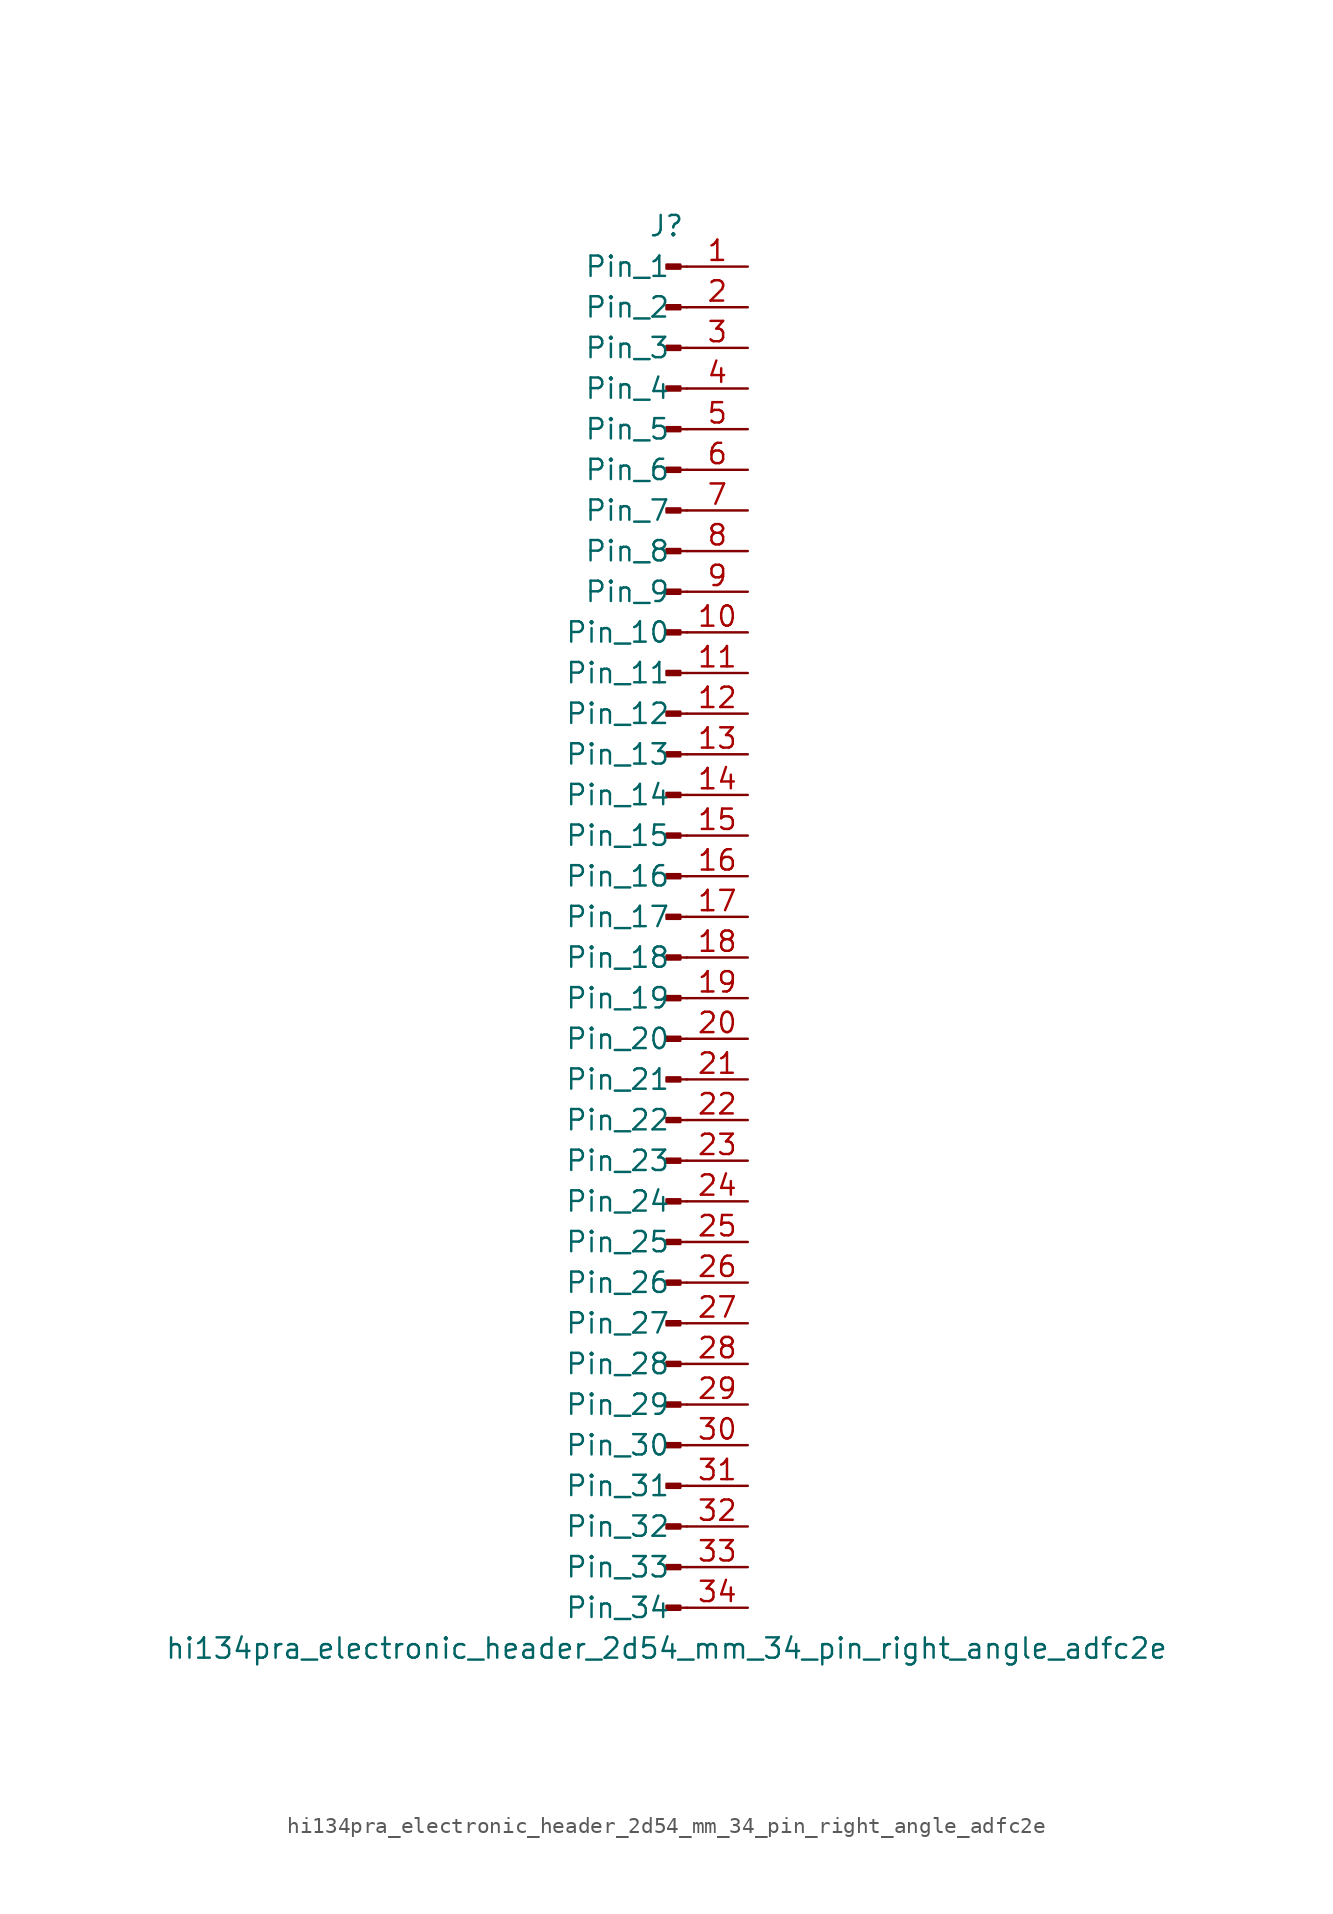
<source format=kicad_sym>
(kicad_symbol_lib
  (version 20220914)
  (generator kicad_symbol_editor)
  (symbol "hi134pra_electronic_header_2d54_mm_34_pin_right_angle_adfc2e"
    (pin_names
      (offset 1.016))
    (property "Reference" "J"
      (at 0 43.18 0)
      (effects (font (size 1.27 1.27))))
    (property "Value" "hi134pra_electronic_header_2d54_mm_34_pin_right_angle_adfc2e"
      (at 0 -45.72 0)
      (effects (font (size 1.27 1.27))))
    (property "ki_locked" ""
      (at 0 0 0)
      (effects (font (size 1.27 1.27))))
    (symbol "hi134pra_electronic_header_2d54_mm_34_pin_right_angle_adfc2e_1_1"
      (polyline (pts (xy 1.27 -43.18) (xy 0.864 -43.18)) (stroke (width 0.152) (type default)) (fill (type none)))
      (polyline (pts (xy 1.27 -40.64) (xy 0.864 -40.64)) (stroke (width 0.152) (type default)) (fill (type none)))
      (polyline (pts (xy 1.27 -38.1) (xy 0.864 -38.1)) (stroke (width 0.152) (type default)) (fill (type none)))
      (polyline (pts (xy 1.27 -35.56) (xy 0.864 -35.56)) (stroke (width 0.152) (type default)) (fill (type none)))
      (polyline (pts (xy 1.27 -33.02) (xy 0.864 -33.02)) (stroke (width 0.152) (type default)) (fill (type none)))
      (polyline (pts (xy 1.27 -30.48) (xy 0.864 -30.48)) (stroke (width 0.152) (type default)) (fill (type none)))
      (polyline (pts (xy 1.27 -27.94) (xy 0.864 -27.94)) (stroke (width 0.152) (type default)) (fill (type none)))
      (polyline (pts (xy 1.27 -25.4) (xy 0.864 -25.4)) (stroke (width 0.152) (type default)) (fill (type none)))
      (polyline (pts (xy 1.27 -22.86) (xy 0.864 -22.86)) (stroke (width 0.152) (type default)) (fill (type none)))
      (polyline (pts (xy 1.27 -20.32) (xy 0.864 -20.32)) (stroke (width 0.152) (type default)) (fill (type none)))
      (polyline (pts (xy 1.27 -17.78) (xy 0.864 -17.78)) (stroke (width 0.152) (type default)) (fill (type none)))
      (polyline (pts (xy 1.27 -15.24) (xy 0.864 -15.24)) (stroke (width 0.152) (type default)) (fill (type none)))
      (polyline (pts (xy 1.27 -12.7) (xy 0.864 -12.7)) (stroke (width 0.152) (type default)) (fill (type none)))
      (polyline (pts (xy 1.27 -10.16) (xy 0.864 -10.16)) (stroke (width 0.152) (type default)) (fill (type none)))
      (polyline (pts (xy 1.27 -7.62) (xy 0.864 -7.62)) (stroke (width 0.152) (type default)) (fill (type none)))
      (polyline (pts (xy 1.27 -5.08) (xy 0.864 -5.08)) (stroke (width 0.152) (type default)) (fill (type none)))
      (polyline (pts (xy 1.27 -2.54) (xy 0.864 -2.54)) (stroke (width 0.152) (type default)) (fill (type none)))
      (polyline (pts (xy 1.27 0) (xy 0.864 0)) (stroke (width 0.152) (type default)) (fill (type none)))
      (polyline (pts (xy 1.27 2.54) (xy 0.864 2.54)) (stroke (width 0.152) (type default)) (fill (type none)))
      (polyline (pts (xy 1.27 5.08) (xy 0.864 5.08)) (stroke (width 0.152) (type default)) (fill (type none)))
      (polyline (pts (xy 1.27 7.62) (xy 0.864 7.62)) (stroke (width 0.152) (type default)) (fill (type none)))
      (polyline (pts (xy 1.27 10.16) (xy 0.864 10.16)) (stroke (width 0.152) (type default)) (fill (type none)))
      (polyline (pts (xy 1.27 12.7) (xy 0.864 12.7)) (stroke (width 0.152) (type default)) (fill (type none)))
      (polyline (pts (xy 1.27 15.24) (xy 0.864 15.24)) (stroke (width 0.152) (type default)) (fill (type none)))
      (polyline (pts (xy 1.27 17.78) (xy 0.864 17.78)) (stroke (width 0.152) (type default)) (fill (type none)))
      (polyline (pts (xy 1.27 20.32) (xy 0.864 20.32)) (stroke (width 0.152) (type default)) (fill (type none)))
      (polyline (pts (xy 1.27 22.86) (xy 0.864 22.86)) (stroke (width 0.152) (type default)) (fill (type none)))
      (polyline (pts (xy 1.27 25.4) (xy 0.864 25.4)) (stroke (width 0.152) (type default)) (fill (type none)))
      (polyline (pts (xy 1.27 27.94) (xy 0.864 27.94)) (stroke (width 0.152) (type default)) (fill (type none)))
      (polyline (pts (xy 1.27 30.48) (xy 0.864 30.48)) (stroke (width 0.152) (type default)) (fill (type none)))
      (polyline (pts (xy 1.27 33.02) (xy 0.864 33.02)) (stroke (width 0.152) (type default)) (fill (type none)))
      (polyline (pts (xy 1.27 35.56) (xy 0.864 35.56)) (stroke (width 0.152) (type default)) (fill (type none)))
      (polyline (pts (xy 1.27 38.1) (xy 0.864 38.1)) (stroke (width 0.152) (type default)) (fill (type none)))
      (polyline (pts (xy 1.27 40.64) (xy 0.864 40.64)) (stroke (width 0.152) (type default)) (fill (type none)))
      (rectangle (start 0.864 -43.053) (end 0 -43.307) (stroke (width 0.152) (type default)) (fill (type outline)))
      (rectangle (start 0.864 -40.513) (end 0 -40.767) (stroke (width 0.152) (type default)) (fill (type outline)))
      (rectangle (start 0.864 -37.973) (end 0 -38.227) (stroke (width 0.152) (type default)) (fill (type outline)))
      (rectangle (start 0.864 -35.433) (end 0 -35.687) (stroke (width 0.152) (type default)) (fill (type outline)))
      (rectangle (start 0.864 -32.893) (end 0 -33.147) (stroke (width 0.152) (type default)) (fill (type outline)))
      (rectangle (start 0.864 -30.353) (end 0 -30.607) (stroke (width 0.152) (type default)) (fill (type outline)))
      (rectangle (start 0.864 -27.813) (end 0 -28.067) (stroke (width 0.152) (type default)) (fill (type outline)))
      (rectangle (start 0.864 -25.273) (end 0 -25.527) (stroke (width 0.152) (type default)) (fill (type outline)))
      (rectangle (start 0.864 -22.733) (end 0 -22.987) (stroke (width 0.152) (type default)) (fill (type outline)))
      (rectangle (start 0.864 -20.193) (end 0 -20.447) (stroke (width 0.152) (type default)) (fill (type outline)))
      (rectangle (start 0.864 -17.653) (end 0 -17.907) (stroke (width 0.152) (type default)) (fill (type outline)))
      (rectangle (start 0.864 -15.113) (end 0 -15.367) (stroke (width 0.152) (type default)) (fill (type outline)))
      (rectangle (start 0.864 -12.573) (end 0 -12.827) (stroke (width 0.152) (type default)) (fill (type outline)))
      (rectangle (start 0.864 -10.033) (end 0 -10.287) (stroke (width 0.152) (type default)) (fill (type outline)))
      (rectangle (start 0.864 -7.493) (end 0 -7.747) (stroke (width 0.152) (type default)) (fill (type outline)))
      (rectangle (start 0.864 -4.953) (end 0 -5.207) (stroke (width 0.152) (type default)) (fill (type outline)))
      (rectangle (start 0.864 -2.413) (end 0 -2.667) (stroke (width 0.152) (type default)) (fill (type outline)))
      (rectangle (start 0.864 0.127) (end 0 -0.127) (stroke (width 0.152) (type default)) (fill (type outline)))
      (rectangle (start 0.864 2.667) (end 0 2.413) (stroke (width 0.152) (type default)) (fill (type outline)))
      (rectangle (start 0.864 5.207) (end 0 4.953) (stroke (width 0.152) (type default)) (fill (type outline)))
      (rectangle (start 0.864 7.747) (end 0 7.493) (stroke (width 0.152) (type default)) (fill (type outline)))
      (rectangle (start 0.864 10.287) (end 0 10.033) (stroke (width 0.152) (type default)) (fill (type outline)))
      (rectangle (start 0.864 12.827) (end 0 12.573) (stroke (width 0.152) (type default)) (fill (type outline)))
      (rectangle (start 0.864 15.367) (end 0 15.113) (stroke (width 0.152) (type default)) (fill (type outline)))
      (rectangle (start 0.864 17.907) (end 0 17.653) (stroke (width 0.152) (type default)) (fill (type outline)))
      (rectangle (start 0.864 20.447) (end 0 20.193) (stroke (width 0.152) (type default)) (fill (type outline)))
      (rectangle (start 0.864 22.987) (end 0 22.733) (stroke (width 0.152) (type default)) (fill (type outline)))
      (rectangle (start 0.864 25.527) (end 0 25.273) (stroke (width 0.152) (type default)) (fill (type outline)))
      (rectangle (start 0.864 28.067) (end 0 27.813) (stroke (width 0.152) (type default)) (fill (type outline)))
      (rectangle (start 0.864 30.607) (end 0 30.353) (stroke (width 0.152) (type default)) (fill (type outline)))
      (rectangle (start 0.864 33.147) (end 0 32.893) (stroke (width 0.152) (type default)) (fill (type outline)))
      (rectangle (start 0.864 35.687) (end 0 35.433) (stroke (width 0.152) (type default)) (fill (type outline)))
      (rectangle (start 0.864 38.227) (end 0 37.973) (stroke (width 0.152) (type default)) (fill (type outline)))
      (rectangle (start 0.864 40.767) (end 0 40.513) (stroke (width 0.152) (type default)) (fill (type outline)))
      (pin passive line (at 5.08 40.64 180) (length 3.81) (name "Pin_1" (effects (font (size 1.27 1.27)))) (number "1" (effects (font (size 1.27 1.27)))))
      (pin passive line (at 5.08 17.78 180) (length 3.81) (name "Pin_10" (effects (font (size 1.27 1.27)))) (number "10" (effects (font (size 1.27 1.27)))))
      (pin passive line (at 5.08 15.24 180) (length 3.81) (name "Pin_11" (effects (font (size 1.27 1.27)))) (number "11" (effects (font (size 1.27 1.27)))))
      (pin passive line (at 5.08 12.7 180) (length 3.81) (name "Pin_12" (effects (font (size 1.27 1.27)))) (number "12" (effects (font (size 1.27 1.27)))))
      (pin passive line (at 5.08 10.16 180) (length 3.81) (name "Pin_13" (effects (font (size 1.27 1.27)))) (number "13" (effects (font (size 1.27 1.27)))))
      (pin passive line (at 5.08 7.62 180) (length 3.81) (name "Pin_14" (effects (font (size 1.27 1.27)))) (number "14" (effects (font (size 1.27 1.27)))))
      (pin passive line (at 5.08 5.08 180) (length 3.81) (name "Pin_15" (effects (font (size 1.27 1.27)))) (number "15" (effects (font (size 1.27 1.27)))))
      (pin passive line (at 5.08 2.54 180) (length 3.81) (name "Pin_16" (effects (font (size 1.27 1.27)))) (number "16" (effects (font (size 1.27 1.27)))))
      (pin passive line (at 5.08 0 180) (length 3.81) (name "Pin_17" (effects (font (size 1.27 1.27)))) (number "17" (effects (font (size 1.27 1.27)))))
      (pin passive line (at 5.08 -2.54 180) (length 3.81) (name "Pin_18" (effects (font (size 1.27 1.27)))) (number "18" (effects (font (size 1.27 1.27)))))
      (pin passive line (at 5.08 -5.08 180) (length 3.81) (name "Pin_19" (effects (font (size 1.27 1.27)))) (number "19" (effects (font (size 1.27 1.27)))))
      (pin passive line (at 5.08 38.1 180) (length 3.81) (name "Pin_2" (effects (font (size 1.27 1.27)))) (number "2" (effects (font (size 1.27 1.27)))))
      (pin passive line (at 5.08 -7.62 180) (length 3.81) (name "Pin_20" (effects (font (size 1.27 1.27)))) (number "20" (effects (font (size 1.27 1.27)))))
      (pin passive line (at 5.08 -10.16 180) (length 3.81) (name "Pin_21" (effects (font (size 1.27 1.27)))) (number "21" (effects (font (size 1.27 1.27)))))
      (pin passive line (at 5.08 -12.7 180) (length 3.81) (name "Pin_22" (effects (font (size 1.27 1.27)))) (number "22" (effects (font (size 1.27 1.27)))))
      (pin passive line (at 5.08 -15.24 180) (length 3.81) (name "Pin_23" (effects (font (size 1.27 1.27)))) (number "23" (effects (font (size 1.27 1.27)))))
      (pin passive line (at 5.08 -17.78 180) (length 3.81) (name "Pin_24" (effects (font (size 1.27 1.27)))) (number "24" (effects (font (size 1.27 1.27)))))
      (pin passive line (at 5.08 -20.32 180) (length 3.81) (name "Pin_25" (effects (font (size 1.27 1.27)))) (number "25" (effects (font (size 1.27 1.27)))))
      (pin passive line (at 5.08 -22.86 180) (length 3.81) (name "Pin_26" (effects (font (size 1.27 1.27)))) (number "26" (effects (font (size 1.27 1.27)))))
      (pin passive line (at 5.08 -25.4 180) (length 3.81) (name "Pin_27" (effects (font (size 1.27 1.27)))) (number "27" (effects (font (size 1.27 1.27)))))
      (pin passive line (at 5.08 -27.94 180) (length 3.81) (name "Pin_28" (effects (font (size 1.27 1.27)))) (number "28" (effects (font (size 1.27 1.27)))))
      (pin passive line (at 5.08 -30.48 180) (length 3.81) (name "Pin_29" (effects (font (size 1.27 1.27)))) (number "29" (effects (font (size 1.27 1.27)))))
      (pin passive line (at 5.08 35.56 180) (length 3.81) (name "Pin_3" (effects (font (size 1.27 1.27)))) (number "3" (effects (font (size 1.27 1.27)))))
      (pin passive line (at 5.08 -33.02 180) (length 3.81) (name "Pin_30" (effects (font (size 1.27 1.27)))) (number "30" (effects (font (size 1.27 1.27)))))
      (pin passive line (at 5.08 -35.56 180) (length 3.81) (name "Pin_31" (effects (font (size 1.27 1.27)))) (number "31" (effects (font (size 1.27 1.27)))))
      (pin passive line (at 5.08 -38.1 180) (length 3.81) (name "Pin_32" (effects (font (size 1.27 1.27)))) (number "32" (effects (font (size 1.27 1.27)))))
      (pin passive line (at 5.08 -40.64 180) (length 3.81) (name "Pin_33" (effects (font (size 1.27 1.27)))) (number "33" (effects (font (size 1.27 1.27)))))
      (pin passive line (at 5.08 -43.18 180) (length 3.81) (name "Pin_34" (effects (font (size 1.27 1.27)))) (number "34" (effects (font (size 1.27 1.27)))))
      (pin passive line (at 5.08 33.02 180) (length 3.81) (name "Pin_4" (effects (font (size 1.27 1.27)))) (number "4" (effects (font (size 1.27 1.27)))))
      (pin passive line (at 5.08 30.48 180) (length 3.81) (name "Pin_5" (effects (font (size 1.27 1.27)))) (number "5" (effects (font (size 1.27 1.27)))))
      (pin passive line (at 5.08 27.94 180) (length 3.81) (name "Pin_6" (effects (font (size 1.27 1.27)))) (number "6" (effects (font (size 1.27 1.27)))))
      (pin passive line (at 5.08 25.4 180) (length 3.81) (name "Pin_7" (effects (font (size 1.27 1.27)))) (number "7" (effects (font (size 1.27 1.27)))))
      (pin passive line (at 5.08 22.86 180) (length 3.81) (name "Pin_8" (effects (font (size 1.27 1.27)))) (number "8" (effects (font (size 1.27 1.27)))))
      (pin passive line (at 5.08 20.32 180) (length 3.81) (name "Pin_9" (effects (font (size 1.27 1.27)))) (number "9" (effects (font (size 1.27 1.27))))))))
</source>
